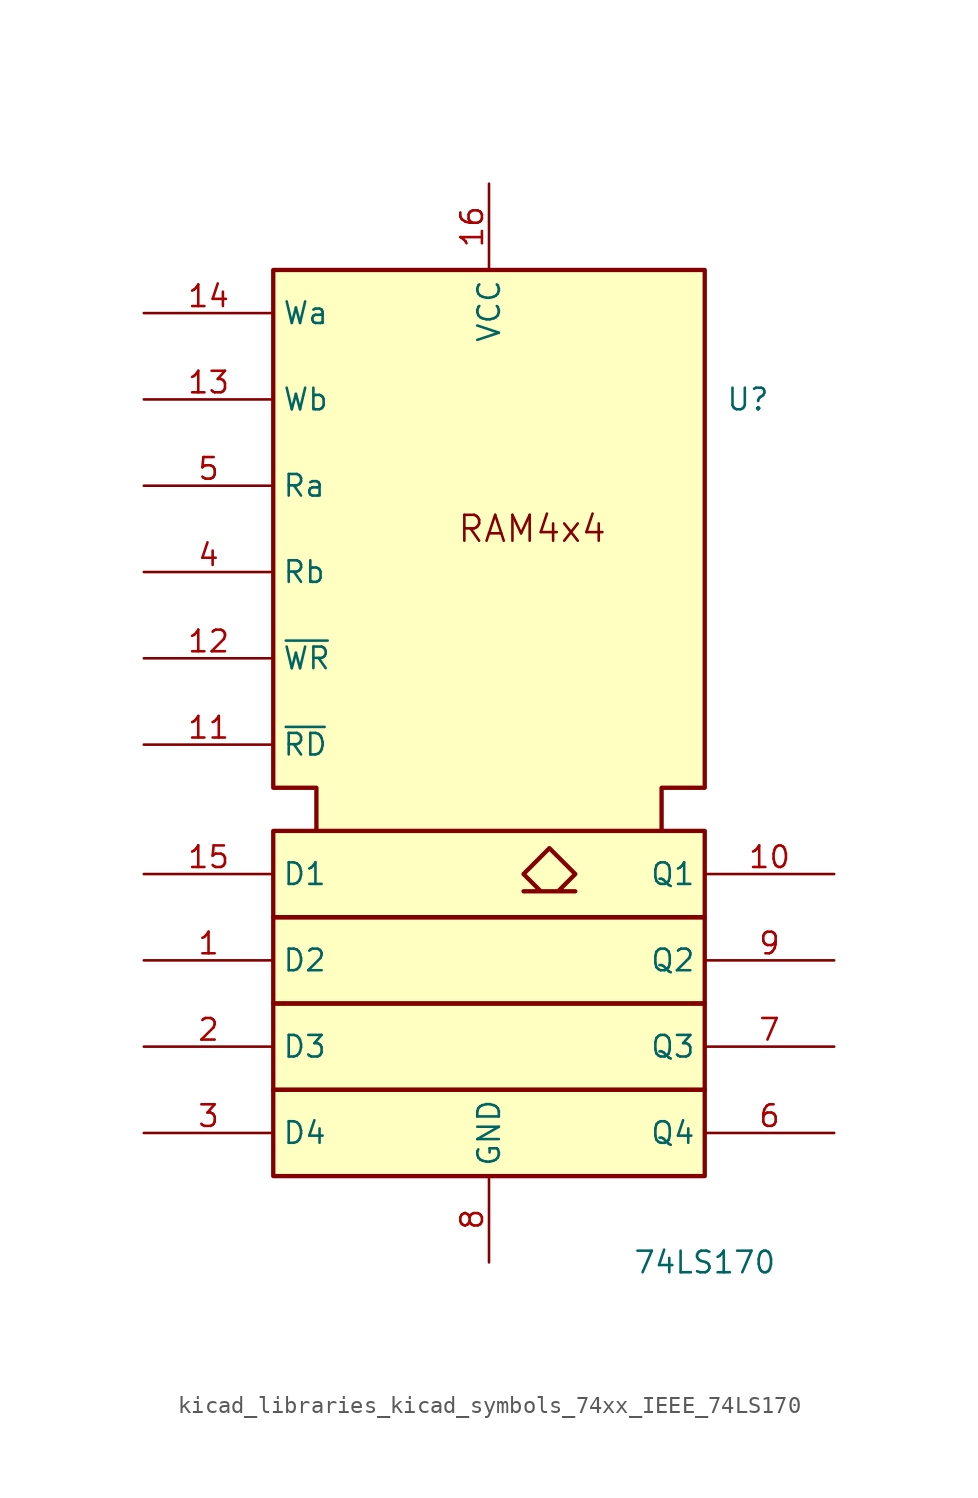
<source format=kicad_sym>
(kicad_symbol_lib
  (version 20220914)
  (generator kicad_symbol_editor)
  (symbol "kicad_libraries_kicad_symbols_74xx_IEEE_74LS170"
    (property "Reference" "U"
      (at 15.24 20.32 0)
      (effects (font (size 1.27 1.27))))
    (property "Value" "74LS170"
      (at 12.7 -30.48 0)
      (effects (font (size 1.27 1.27))))
    (symbol "kicad_libraries_kicad_symbols_74xx_IEEE_74LS170_0_0"
      (rectangle (start -12.7 -20.32) (end 12.7 -25.4) (stroke (width 0.254) (type default)) (fill (type background)))
      (rectangle (start -12.7 -15.24) (end 12.7 -20.32) (stroke (width 0.254) (type default)) (fill (type background)))
      (rectangle (start -12.7 -10.16) (end 12.7 -15.24) (stroke (width 0.254) (type default)) (fill (type background)))
      (rectangle (start -12.7 -5.08) (end 12.7 -10.16) (stroke (width 0.254) (type default)) (fill (type background)))
      (polyline (pts (xy -10.16 -5.08) (xy -10.16 -2.54) (xy -12.7 -2.54) (xy -12.7 27.94) (xy 12.7 27.94) (xy 12.7 -2.54) (xy 10.16 -2.54) (xy 10.16 -5.08) (xy 10.16 -5.08)) (stroke (width 0.254) (type default)) (fill (type background)))
      (polyline (pts (xy 3.556 -6.096) (xy 5.08 -7.62) (xy 4.064 -8.636) (xy 5.08 -8.636) (xy 2.032 -8.636) (xy 3.048 -8.636) (xy 2.032 -7.62) (xy 3.556 -6.096) (xy 3.556 -6.096)) (stroke (width 0.254) (type default)) (fill (type background)))
      (text "RAM4x4" (at 2.54 12.7 0) (effects (font (size 1.524 1.524))))
      (pin power_in line (at 0 33.02 270) (length 5.08) (name "VCC" (effects (font (size 1.27 1.27)))) (number "16" (effects (font (size 1.27 1.27)))))
      (pin power_in line (at 0 -30.48 90) (length 5.08) (name "GND" (effects (font (size 1.27 1.27)))) (number "8" (effects (font (size 1.27 1.27))))))
    (symbol "kicad_libraries_kicad_symbols_74xx_IEEE_74LS170_1_1"
      (pin input line (at -20.32 -12.7 0) (length 7.62) (name "D2" (effects (font (size 1.27 1.27)))) (number "1" (effects (font (size 1.27 1.27)))))
      (pin tri_state line (at 20.32 -7.62 180) (length 7.62) (name "Q1" (effects (font (size 1.27 1.27)))) (number "10" (effects (font (size 1.27 1.27)))))
      (pin input line (at -20.32 0 0) (length 7.62) (name "~{RD}" (effects (font (size 1.27 1.27)))) (number "11" (effects (font (size 1.27 1.27)))))
      (pin input line (at -20.32 5.08 0) (length 7.62) (name "~{WR}" (effects (font (size 1.27 1.27)))) (number "12" (effects (font (size 1.27 1.27)))))
      (pin input line (at -20.32 20.32 0) (length 7.62) (name "Wb" (effects (font (size 1.27 1.27)))) (number "13" (effects (font (size 1.27 1.27)))))
      (pin input line (at -20.32 25.4 0) (length 7.62) (name "Wa" (effects (font (size 1.27 1.27)))) (number "14" (effects (font (size 1.27 1.27)))))
      (pin input line (at -20.32 -7.62 0) (length 7.62) (name "D1" (effects (font (size 1.27 1.27)))) (number "15" (effects (font (size 1.27 1.27)))))
      (pin input line (at -20.32 -17.78 0) (length 7.62) (name "D3" (effects (font (size 1.27 1.27)))) (number "2" (effects (font (size 1.27 1.27)))))
      (pin input line (at -20.32 -22.86 0) (length 7.62) (name "D4" (effects (font (size 1.27 1.27)))) (number "3" (effects (font (size 1.27 1.27)))))
      (pin input line (at -20.32 10.16 0) (length 7.62) (name "Rb" (effects (font (size 1.27 1.27)))) (number "4" (effects (font (size 1.27 1.27)))))
      (pin input line (at -20.32 15.24 0) (length 7.62) (name "Ra" (effects (font (size 1.27 1.27)))) (number "5" (effects (font (size 1.27 1.27)))))
      (pin tri_state line (at 20.32 -22.86 180) (length 7.62) (name "Q4" (effects (font (size 1.27 1.27)))) (number "6" (effects (font (size 1.27 1.27)))))
      (pin tri_state line (at 20.32 -17.78 180) (length 7.62) (name "Q3" (effects (font (size 1.27 1.27)))) (number "7" (effects (font (size 1.27 1.27)))))
      (pin tri_state line (at 20.32 -12.7 180) (length 7.62) (name "Q2" (effects (font (size 1.27 1.27)))) (number "9" (effects (font (size 1.27 1.27))))))))
</source>
